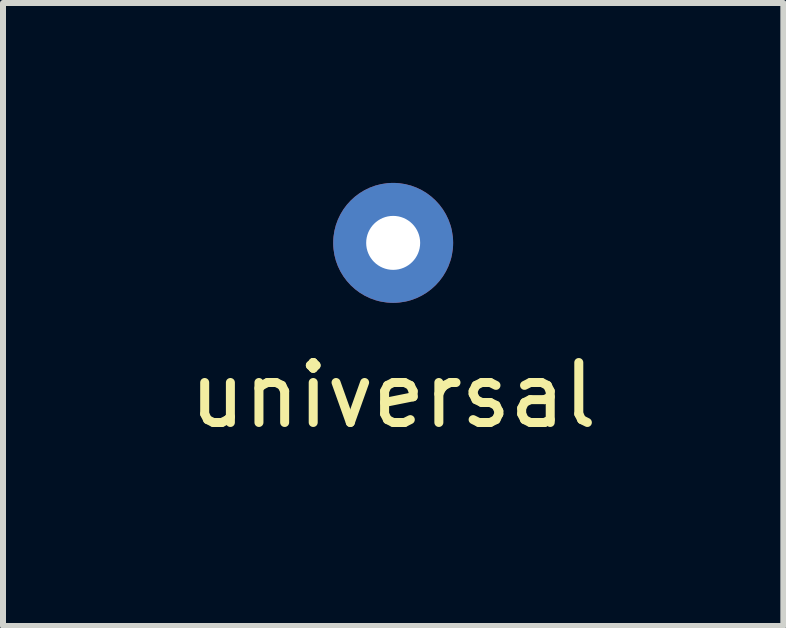
<source format=kicad_pcb>
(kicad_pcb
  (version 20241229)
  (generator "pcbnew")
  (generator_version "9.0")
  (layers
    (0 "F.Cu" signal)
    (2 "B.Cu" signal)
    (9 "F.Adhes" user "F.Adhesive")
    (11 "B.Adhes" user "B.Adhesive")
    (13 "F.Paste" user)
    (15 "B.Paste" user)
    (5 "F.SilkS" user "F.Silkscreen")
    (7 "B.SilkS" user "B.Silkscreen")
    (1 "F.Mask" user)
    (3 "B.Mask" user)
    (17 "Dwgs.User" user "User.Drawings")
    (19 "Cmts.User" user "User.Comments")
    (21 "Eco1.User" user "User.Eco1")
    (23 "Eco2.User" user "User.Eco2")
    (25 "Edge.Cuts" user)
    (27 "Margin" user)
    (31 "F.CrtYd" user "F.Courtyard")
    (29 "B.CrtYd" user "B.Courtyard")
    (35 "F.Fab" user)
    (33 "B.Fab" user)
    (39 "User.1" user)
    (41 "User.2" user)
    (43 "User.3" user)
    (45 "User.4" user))
  (footprint "universal"
    (layer "F.Cu")
    (at 3.506 1)
    (property "Reference" "universal" (at 0 2.54 0) (layer "F.SilkS") (effects (font (size 1 1) (thickness 0.15))))
    (attr through_hole)
    (pad "1" thru_hole circle (at 0 0) (size 2 2) (drill 0.9) (layers "*.Cu" "*.Mask")))
  (gr_rect
    (start -3 -3)
    (end 10.012 7.388)
    (stroke (width 0.1) (type default))
    (fill no)
    (layer "Edge.Cuts")))
</source>
